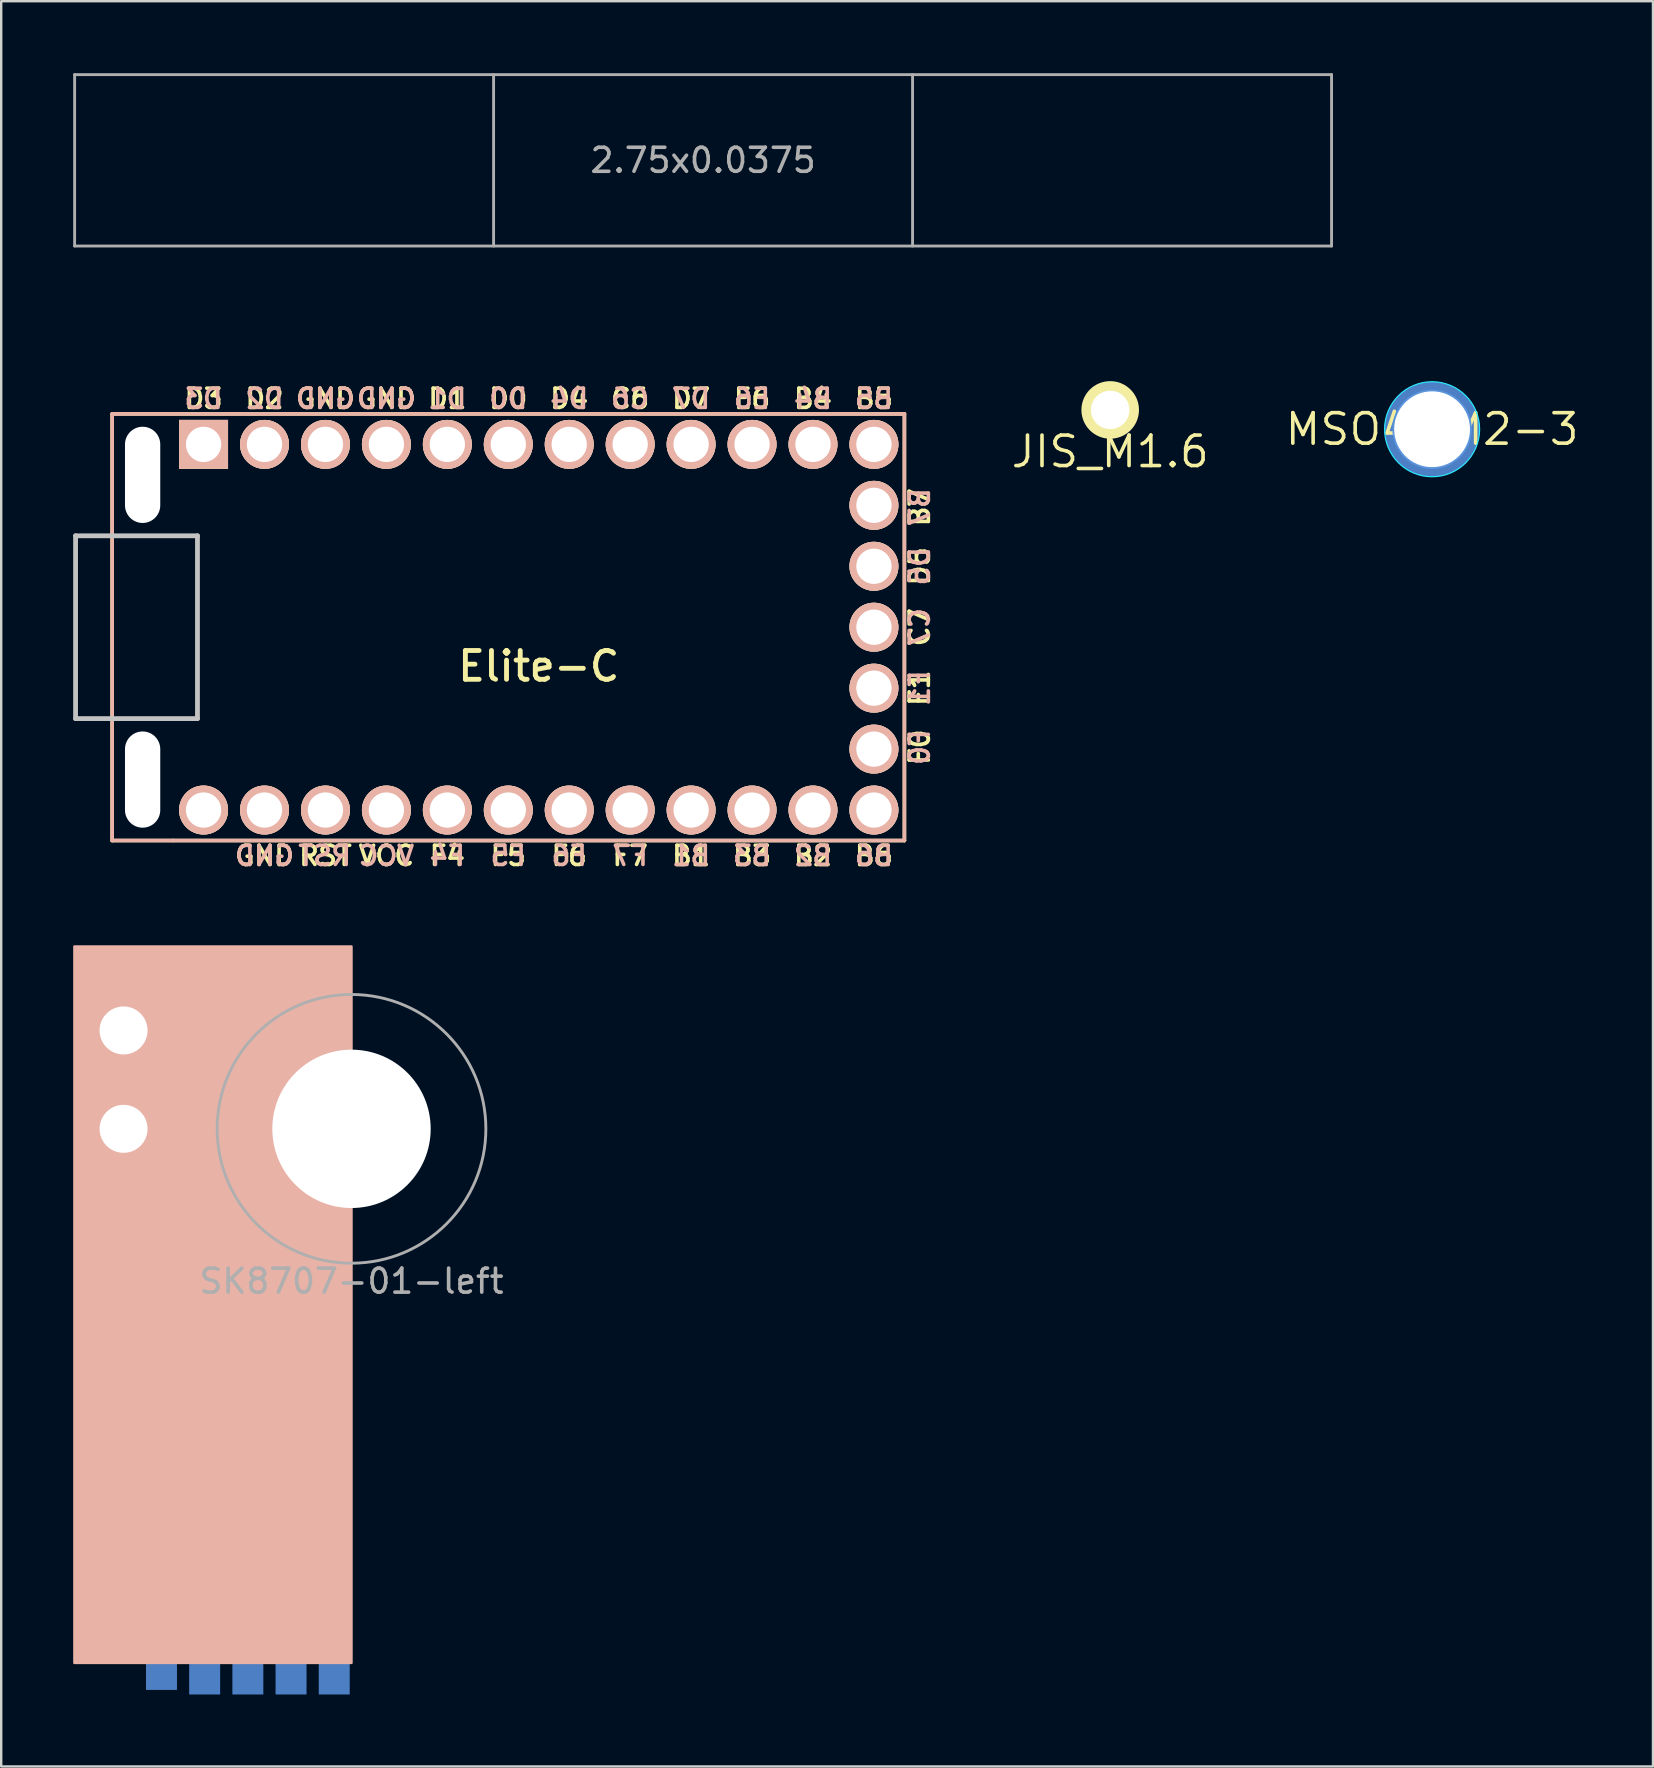
<source format=kicad_pcb>
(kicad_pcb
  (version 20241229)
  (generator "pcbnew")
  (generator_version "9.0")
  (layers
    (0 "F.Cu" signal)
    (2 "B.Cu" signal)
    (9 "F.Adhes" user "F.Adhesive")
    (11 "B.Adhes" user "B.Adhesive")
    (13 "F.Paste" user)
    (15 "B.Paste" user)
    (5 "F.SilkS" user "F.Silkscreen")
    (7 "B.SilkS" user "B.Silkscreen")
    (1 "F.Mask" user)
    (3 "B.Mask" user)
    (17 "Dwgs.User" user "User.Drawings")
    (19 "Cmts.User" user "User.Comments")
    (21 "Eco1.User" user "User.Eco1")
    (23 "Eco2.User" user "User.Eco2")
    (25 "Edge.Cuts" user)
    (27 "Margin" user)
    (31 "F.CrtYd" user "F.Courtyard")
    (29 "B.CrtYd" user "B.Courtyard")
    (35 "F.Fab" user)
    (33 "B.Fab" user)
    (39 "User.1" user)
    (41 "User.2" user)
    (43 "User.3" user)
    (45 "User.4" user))
  (footprint "SK8707-01-left"
    (layer "F.Cu")
    (at 11.6 43.998)
    (property "Reference" "SK8707-01-left" (at 0 6.35 0) (layer "F.Fab") (effects (font (size 1 1) (thickness 0.15))))
    (attr through_hole)
    (fp_poly (pts (xy 0 22.26) (xy -11.55 22.26) (xy -11.55 -7.6) (xy 0 -7.6)) (stroke (width 0.1) (type solid)) (fill yes) (layer "B.SilkS"))
    (fp_line (start -1.2 -1.2) (end -1.2 1.2) (stroke (width 0.12) (type solid)) (layer "F.Fab"))
    (fp_line (start 1.2 -1.2) (end -1.2 -1.2) (stroke (width 0.12) (type solid)) (layer "F.Fab"))
    (fp_line (start 1.2 1.2) (end -1.2 1.2) (stroke (width 0.12) (type solid)) (layer "F.Fab"))
    (fp_line (start 1.2 1.2) (end 1.2 -1.2) (stroke (width 0.12) (type solid)) (layer "F.Fab"))
    (fp_circle (center 0 0) (end 5.6 0) (stroke (width 0.12) (type solid)) (fill no) (layer "F.Fab"))
    (pad "" np_thru_hole circle (at -9.5 -4.1) (size 3 3) (drill 2) (layers "*.Cu" "*.Mask" "F.SilkS"))
    (pad "" np_thru_hole circle (at -9.5 0) (size 3 3) (drill 2) (layers "*.Cu" "*.Mask" "F.SilkS"))
    (pad "" np_thru_hole circle (at 0 0) (size 6.6 6.6) (drill 6.6) (layers "*.Cu" "*.Mask"))
    (pad "1" smd rect (at -7.92 22.26) (size 1.29 2.25) (layers "B.Cu" "B.Mask" "B.Paste"))
    (pad "2" smd rect (at -6.12 22.26) (size 1.29 2.63) (layers "B.Cu" "B.Mask" "B.Paste"))
    (pad "3" smd rect (at -4.32 22.26) (size 1.29 2.63) (layers "B.Cu" "B.Mask" "B.Paste"))
    (pad "4" smd rect (at -2.52 22.26) (size 1.29 2.63) (layers "B.Cu" "B.Mask" "B.Paste"))
    (pad "5" smd rect (at -0.72 22.26) (size 1.29 2.63) (layers "B.Cu" "B.Mask" "B.Paste")))
  (footprint "JIS_M1.6"
    (layer "F.Cu")
    (at 43.221 15.773)
    (property "Reference" "JIS_M1.6" (at 0 0 0) (layer "F.SilkS") (effects (font (size 1.27 1.27) (thickness 0.15))))
    (attr through_hole)
    (pad "" np_thru_hole circle (at 0 -1.738) (size 1.6 1.6) (drill 1.6) (layers "*.Cu" "*.Mask"))
    (pad "" smd circle (at 0 -1.738) (size 2.4 2.4) (layers "F.SilkS")))
  (footprint "2.75x0.0375"
    (layer "F.Cu")
    (at 42.922 9.585)
    (property "Reference" "2.75x0.0375" (at -16.669 -5.953 0) (layer "F.Fab") (effects (font (size 1 1) (thickness 0.15))))
    (attr through_hole)
    (fp_line (start -42.862 -9.525) (end -42.862 -2.381) (stroke (width 0.12) (type solid)) (layer "F.Fab"))
    (fp_line (start -42.862 -9.525) (end 9.525 -9.525) (stroke (width 0.12) (type solid)) (layer "F.Fab"))
    (fp_line (start -42.862 -2.381) (end 9.525 -2.381) (stroke (width 0.12) (type solid)) (layer "F.Fab"))
    (fp_line (start -25.4 -9.525) (end -25.4 -2.381) (stroke (width 0.12) (type solid)) (layer "F.Fab"))
    (fp_line (start -7.938 -9.525) (end -7.938 -2.381) (stroke (width 0.12) (type solid)) (layer "F.Fab"))
    (fp_line (start 9.525 -9.525) (end 9.525 -2.381) (stroke (width 0.12) (type solid)) (layer "F.Fab")))
  (footprint "MSO4-M2-3"
    (layer "F.Cu")
    (at 56.637 14.84)
    (property "Reference" "MSO4-M2-3" (at 0 0 0) (layer "F.SilkS") (effects (font (size 1.27 1.27) (thickness 0.15))))
    (attr through_hole)
    (fp_circle (center 0 0) (end 1.58 0) (stroke (width 0.15) (type default)) (fill no) (layer "Cmts.User"))
    (fp_circle (center 0 0) (end 1.98 0) (stroke (width 0.05) (type default)) (fill no) (layer "B.CrtYd"))
    (pad "" np_thru_hole circle (at 0 0) (size 3.96 3.96) (drill 3.16) (layers "*.Cu" "B.Mask")))
  (footprint "Elite-C"
    (layer "F.Cu")
    (at 19.404 23.091)
    (property "Reference" "Elite-C" (at 0 1.625 0) (layer "F.SilkS") (effects (font (size 1.2 1.2) (thickness 0.203))))
    (attr through_hole)
    (fp_line (start -17.78 -8.89) (end 15.24 -8.89) (stroke (width 0.15) (type solid)) (layer "F.SilkS"))
    (fp_line (start -17.78 8.89) (end -17.78 -8.89) (stroke (width 0.15) (type solid)) (layer "F.SilkS"))
    (fp_line (start 15.24 -8.89) (end 15.24 8.89) (stroke (width 0.15) (type solid)) (layer "F.SilkS"))
    (fp_line (start 15.24 8.89) (end -17.78 8.89) (stroke (width 0.15) (type solid)) (layer "F.SilkS"))
    (fp_line (start -17.78 -8.89) (end -15.24 -8.89) (stroke (width 0.15) (type solid)) (layer "B.SilkS"))
    (fp_line (start -17.78 8.89) (end -17.78 -8.89) (stroke (width 0.15) (type solid)) (layer "B.SilkS"))
    (fp_line (start -15.24 -8.89) (end 15.24 -8.89) (stroke (width 0.15) (type solid)) (layer "B.SilkS"))
    (fp_line (start -15.24 8.89) (end -17.78 8.89) (stroke (width 0.15) (type solid)) (layer "B.SilkS"))
    (fp_line (start 15.24 -8.89) (end 15.24 8.89) (stroke (width 0.15) (type solid)) (layer "B.SilkS"))
    (fp_line (start 15.24 8.89) (end -15.24 8.89) (stroke (width 0.15) (type solid)) (layer "B.SilkS"))
    (fp_line (start -19.304 -3.81) (end -19.304 3.81) (stroke (width 0.2) (type solid)) (layer "Dwgs.User"))
    (fp_line (start -19.304 3.81) (end -14.224 3.81) (stroke (width 0.2) (type solid)) (layer "Dwgs.User"))
    (fp_line (start -14.224 -3.81) (end -19.304 -3.81) (stroke (width 0.2) (type solid)) (layer "Dwgs.User"))
    (fp_line (start -14.224 3.81) (end -14.224 -3.81) (stroke (width 0.2) (type solid)) (layer "Dwgs.User"))
    (fp_text user "D3" (at -13.97 -9.525 0) (layer "F.SilkS") (effects (font (size 0.8 0.8) (thickness 0.15))))
    (fp_text user "E6" (at 8.89 -9.525 0) (layer "F.SilkS") (effects (font (size 0.8 0.8) (thickness 0.15))))
    (fp_text user "D4" (at 1.27 -9.525 0) (layer "F.SilkS") (effects (font (size 0.8 0.8) (thickness 0.15))))
    (fp_text user "B6" (at 13.97 9.525 0) (layer "F.SilkS") (effects (font (size 0.8 0.8) (thickness 0.15))))
    (fp_text user "B5" (at 13.97 -9.525 0) (layer "F.SilkS") (effects (font (size 0.8 0.8) (thickness 0.15))))
    (fp_text user "F6" (at 1.27 9.525 0) (layer "F.SilkS") (effects (font (size 0.8 0.8) (thickness 0.15))))
    (fp_text user "B3" (at 8.89 9.525 0) (layer "F.SilkS") (effects (font (size 0.8 0.8) (thickness 0.15))))
    (fp_text user "D1" (at -3.81 -9.525 0) (layer "F.SilkS") (effects (font (size 0.8 0.8) (thickness 0.15))))
    (fp_text user "D0" (at -1.27 -9.525 0) (layer "F.SilkS") (effects (font (size 0.8 0.8) (thickness 0.15))))
    (fp_text user "C6" (at 3.81 -9.525 0) (layer "F.SilkS") (effects (font (size 0.8 0.8) (thickness 0.15))))
    (fp_text user "B2" (at 11.43 9.525 0) (layer "F.SilkS") (effects (font (size 0.8 0.8) (thickness 0.15))))
    (fp_text user "F1" (at 15.875 2.54 270) (layer "F.SilkS") (effects (font (size 0.8 0.8) (thickness 0.15))))
    (fp_text user "B1" (at 6.35 9.525 0) (layer "F.SilkS") (effects (font (size 0.8 0.8) (thickness 0.15))))
    (fp_text user "F4" (at -3.81 9.525 0) (layer "F.SilkS") (effects (font (size 0.8 0.8) (thickness 0.15))))
    (fp_text user "VCC" (at -6.35 9.525 0) (layer "F.SilkS") (effects (font (size 0.8 0.8) (thickness 0.15))))
    (fp_text user "F0" (at 15.875 5 270) (layer "F.SilkS") (effects (font (size 0.8 0.8) (thickness 0.15))))
    (fp_text user "F5" (at -1.27 9.525 0) (layer "F.SilkS") (effects (font (size 0.8 0.8) (thickness 0.15))))
    (fp_text user "D2" (at -11.43 -9.525 0) (layer "F.SilkS") (effects (font (size 0.8 0.8) (thickness 0.15))))
    (fp_text user "D5" (at 15.875 -2.54 270) (layer "F.SilkS") (effects (font (size 0.8 0.8) (thickness 0.15))))
    (fp_text user "RST" (at -8.89 9.525 0) (layer "F.SilkS") (effects (font (size 0.8 0.8) (thickness 0.15))))
    (fp_text user "B7" (at 15.875 -5 270) (layer "F.SilkS") (effects (font (size 0.8 0.8) (thickness 0.15))))
    (fp_text user "B4" (at 11.43 -9.525 0) (layer "F.SilkS") (effects (font (size 0.8 0.8) (thickness 0.15))))
    (fp_text user "F7" (at 3.81 9.525 0) (layer "F.SilkS") (effects (font (size 0.8 0.8) (thickness 0.15))))
    (fp_text user "D7" (at 6.35 -9.525 0) (layer "F.SilkS") (effects (font (size 0.8 0.8) (thickness 0.15))))
    (fp_text user "GND" (at -6.35 -9.525 0) (layer "F.SilkS") (effects (font (size 0.8 0.8) (thickness 0.15))))
    (fp_text user "C7" (at 15.875 0 270) (layer "F.SilkS") (effects (font (size 0.8 0.8) (thickness 0.15))))
    (fp_text user "GND" (at -11.43 9.525 0) (layer "F.SilkS") (effects (font (size 0.8 0.8) (thickness 0.15))))
    (fp_text user "GND" (at -8.89 -9.525 0) (layer "F.SilkS") (effects (font (size 0.8 0.8) (thickness 0.15))))
    (fp_text user "D3" (at -13.97 -9.525 0) (layer "B.SilkS") (effects (font (size 0.8 0.8) (thickness 0.15)) (justify mirror)))
    (fp_text user "D7" (at 6.35 -9.525 0) (layer "B.SilkS") (effects (font (size 0.8 0.8) (thickness 0.15)) (justify mirror)))
    (fp_text user "B7" (at 15.875 -5 270) (layer "B.SilkS") (effects (font (size 0.8 0.8) (thickness 0.15)) (justify mirror)))
    (fp_text user "C6" (at 3.81 -9.525 0) (layer "B.SilkS") (effects (font (size 0.8 0.8) (thickness 0.15)) (justify mirror)))
    (fp_text user "F1" (at 15.875 2.54 270) (layer "B.SilkS") (effects (font (size 0.8 0.8) (thickness 0.15)) (justify mirror)))
    (fp_text user "D5" (at 15.875 -2.54 270) (layer "B.SilkS") (effects (font (size 0.8 0.8) (thickness 0.15)) (justify mirror)))
    (fp_text user "F5" (at -1.27 9.525 0) (layer "B.SilkS") (effects (font (size 0.8 0.8) (thickness 0.15)) (justify mirror)))
    (fp_text user "D4" (at 1.27 -9.525 0) (layer "B.SilkS") (effects (font (size 0.8 0.8) (thickness 0.15)) (justify mirror)))
    (fp_text user "F4" (at -3.81 9.525 0) (layer "B.SilkS") (effects (font (size 0.8 0.8) (thickness 0.15)) (justify mirror)))
    (fp_text user "D0" (at -1.27 -9.525 0) (layer "B.SilkS") (effects (font (size 0.8 0.8) (thickness 0.15)) (justify mirror)))
    (fp_text user "F6" (at 1.27 9.525 0) (layer "B.SilkS") (effects (font (size 0.8 0.8) (thickness 0.15)) (justify mirror)))
    (fp_text user "B1" (at 6.35 9.525 0) (layer "B.SilkS") (effects (font (size 0.8 0.8) (thickness 0.15)) (justify mirror)))
    (fp_text user "F0" (at 15.875 5 270) (layer "B.SilkS") (effects (font (size 0.8 0.8) (thickness 0.15)) (justify mirror)))
    (fp_text user "D1" (at -3.81 -9.525 0) (layer "B.SilkS") (effects (font (size 0.8 0.8) (thickness 0.15)) (justify mirror)))
    (fp_text user "B2" (at 11.43 9.525 0) (layer "B.SilkS") (effects (font (size 0.8 0.8) (thickness 0.15)) (justify mirror)))
    (fp_text user "GND" (at -6.35 -9.525 0) (layer "B.SilkS") (effects (font (size 0.8 0.8) (thickness 0.15)) (justify mirror)))
    (fp_text user "D2" (at -11.43 -9.525 0) (layer "B.SilkS") (effects (font (size 0.8 0.8) (thickness 0.15)) (justify mirror)))
    (fp_text user "GND" (at -11.43 9.525 0) (layer "B.SilkS") (effects (font (size 0.8 0.8) (thickness 0.15)) (justify mirror)))
    (fp_text user "GND" (at -8.89 -9.525 0) (layer "B.SilkS") (effects (font (size 0.8 0.8) (thickness 0.15)) (justify mirror)))
    (fp_text user "F7" (at 3.81 9.525 0) (layer "B.SilkS") (effects (font (size 0.8 0.8) (thickness 0.15)) (justify mirror)))
    (fp_text user "B3" (at 8.89 9.525 0) (layer "B.SilkS") (effects (font (size 0.8 0.8) (thickness 0.15)) (justify mirror)))
    (fp_text user "B6" (at 13.97 9.525 0) (layer "B.SilkS") (effects (font (size 0.8 0.8) (thickness 0.15)) (justify mirror)))
    (fp_text user "RST" (at -8.92 9.525 0) (layer "B.SilkS") (effects (font (size 0.8 0.8) (thickness 0.15)) (justify mirror)))
    (fp_text user "VCC" (at -6.35 9.525 0) (layer "B.SilkS") (effects (font (size 0.8 0.8) (thickness 0.15)) (justify mirror)))
    (fp_text user "C7" (at 15.875 0 270) (layer "B.SilkS") (effects (font (size 0.8 0.8) (thickness 0.15)) (justify mirror)))
    (fp_text user "B5" (at 13.97 -9.525 0) (layer "B.SilkS") (effects (font (size 0.8 0.8) (thickness 0.15)) (justify mirror)))
    (fp_text user "B4" (at 11.43 -9.525 0) (layer "B.SilkS") (effects (font (size 0.8 0.8) (thickness 0.15)) (justify mirror)))
    (fp_text user "E6" (at 8.89 -9.525 0) (layer "B.SilkS") (effects (font (size 0.8 0.8) (thickness 0.15)) (justify mirror)))
    (pad "" np_thru_hole oval (at -16.51 -6.35) (size 1.47 4.01) (drill oval 1.47 4.01) (layers "*.Cu" "*.Mask"))
    (pad "" np_thru_hole oval (at -16.51 6.35) (size 1.47 4.01) (drill oval 1.47 4.01) (layers "*.Cu" "*.Mask"))
    (pad "1" thru_hole rect (at -13.97 -7.62) (size 2.04 2.04) (drill 1.47) (layers "*.Cu" "*.SilkS" "*.Mask"))
    (pad "2" thru_hole circle (at -11.43 -7.62) (size 2.04 2.04) (drill 1.47) (layers "*.Cu" "*.SilkS" "*.Mask"))
    (pad "3" thru_hole circle (at -8.89 -7.62) (size 2.04 2.04) (drill 1.47) (layers "*.Cu" "*.SilkS" "*.Mask"))
    (pad "4" thru_hole circle (at -6.35 -7.62) (size 2.04 2.04) (drill 1.47) (layers "*.Cu" "*.SilkS" "*.Mask"))
    (pad "5" thru_hole circle (at -3.81 -7.62) (size 2.04 2.04) (drill 1.47) (layers "*.Cu" "*.SilkS" "*.Mask"))
    (pad "6" thru_hole circle (at -1.27 -7.62) (size 2.04 2.04) (drill 1.47) (layers "*.Cu" "*.SilkS" "*.Mask"))
    (pad "7" thru_hole circle (at 1.27 -7.62) (size 2.04 2.04) (drill 1.47) (layers "*.Cu" "*.SilkS" "*.Mask"))
    (pad "8" thru_hole circle (at 3.81 -7.62) (size 2.04 2.04) (drill 1.47) (layers "*.Cu" "*.SilkS" "*.Mask"))
    (pad "9" thru_hole circle (at 6.35 -7.62) (size 2.04 2.04) (drill 1.47) (layers "*.Cu" "*.SilkS" "*.Mask"))
    (pad "10" thru_hole circle (at 8.89 -7.62) (size 2.04 2.04) (drill 1.47) (layers "*.Cu" "*.SilkS" "*.Mask"))
    (pad "11" thru_hole circle (at 11.43 -7.62) (size 2.04 2.04) (drill 1.47) (layers "*.Cu" "*.SilkS" "*.Mask"))
    (pad "12" thru_hole circle (at 13.97 -7.62) (size 2.04 2.04) (drill 1.47) (layers "*.Cu" "*.SilkS" "*.Mask"))
    (pad "13" thru_hole circle (at 13.97 7.62) (size 2.04 2.04) (drill 1.47) (layers "*.Cu" "*.SilkS" "*.Mask"))
    (pad "14" thru_hole circle (at 11.43 7.62) (size 2.04 2.04) (drill 1.47) (layers "*.Cu" "*.SilkS" "*.Mask"))
    (pad "15" thru_hole circle (at 8.89 7.62) (size 2.04 2.04) (drill 1.47) (layers "*.Cu" "*.SilkS" "*.Mask"))
    (pad "16" thru_hole circle (at 6.35 7.62) (size 2.04 2.04) (drill 1.47) (layers "*.Cu" "*.SilkS" "*.Mask"))
    (pad "17" thru_hole circle (at 3.81 7.62) (size 2.04 2.04) (drill 1.47) (layers "*.Cu" "*.SilkS" "*.Mask"))
    (pad "18" thru_hole circle (at 1.27 7.62) (size 2.04 2.04) (drill 1.47) (layers "*.Cu" "*.SilkS" "*.Mask"))
    (pad "19" thru_hole circle (at -1.27 7.62) (size 2.04 2.04) (drill 1.47) (layers "*.Cu" "*.SilkS" "*.Mask"))
    (pad "20" thru_hole circle (at -3.81 7.62) (size 2.04 2.04) (drill 1.47) (layers "*.Cu" "*.SilkS" "*.Mask"))
    (pad "21" thru_hole circle (at -6.35 7.62) (size 2.04 2.04) (drill 1.47) (layers "*.Cu" "*.SilkS" "*.Mask"))
    (pad "22" thru_hole circle (at -8.89 7.62) (size 2.04 2.04) (drill 1.47) (layers "*.Cu" "*.SilkS" "*.Mask"))
    (pad "23" thru_hole circle (at -11.43 7.62) (size 2.04 2.04) (drill 1.47) (layers "*.Cu" "*.SilkS" "*.Mask"))
    (pad "24" thru_hole circle (at -13.97 7.62) (size 2.04 2.04) (drill 1.47) (layers "*.Cu" "*.SilkS" "*.Mask"))
    (pad "25" thru_hole circle (at 13.97 -5.08) (size 2.04 2.04) (drill 1.47) (layers "*.Cu" "*.SilkS" "*.Mask"))
    (pad "26" thru_hole circle (at 13.97 -2.54) (size 2.04 2.04) (drill 1.47) (layers "*.Cu" "*.SilkS" "*.Mask"))
    (pad "27" thru_hole circle (at 13.97 0) (size 2.04 2.04) (drill 1.47) (layers "*.Cu" "*.SilkS" "*.Mask"))
    (pad "28" thru_hole circle (at 13.97 2.54) (size 2.04 2.04) (drill 1.47) (layers "*.Cu" "*.SilkS" "*.Mask"))
    (pad "29" thru_hole circle (at 13.97 5.08) (size 2.04 2.04) (drill 1.47) (layers "*.Cu" "*.SilkS" "*.Mask")))
  (gr_rect
    (start -3 -3)
    (end 65.843 70.573)
    (stroke (width 0.1) (type default))
    (fill no)
    (layer "Edge.Cuts")))
</source>
